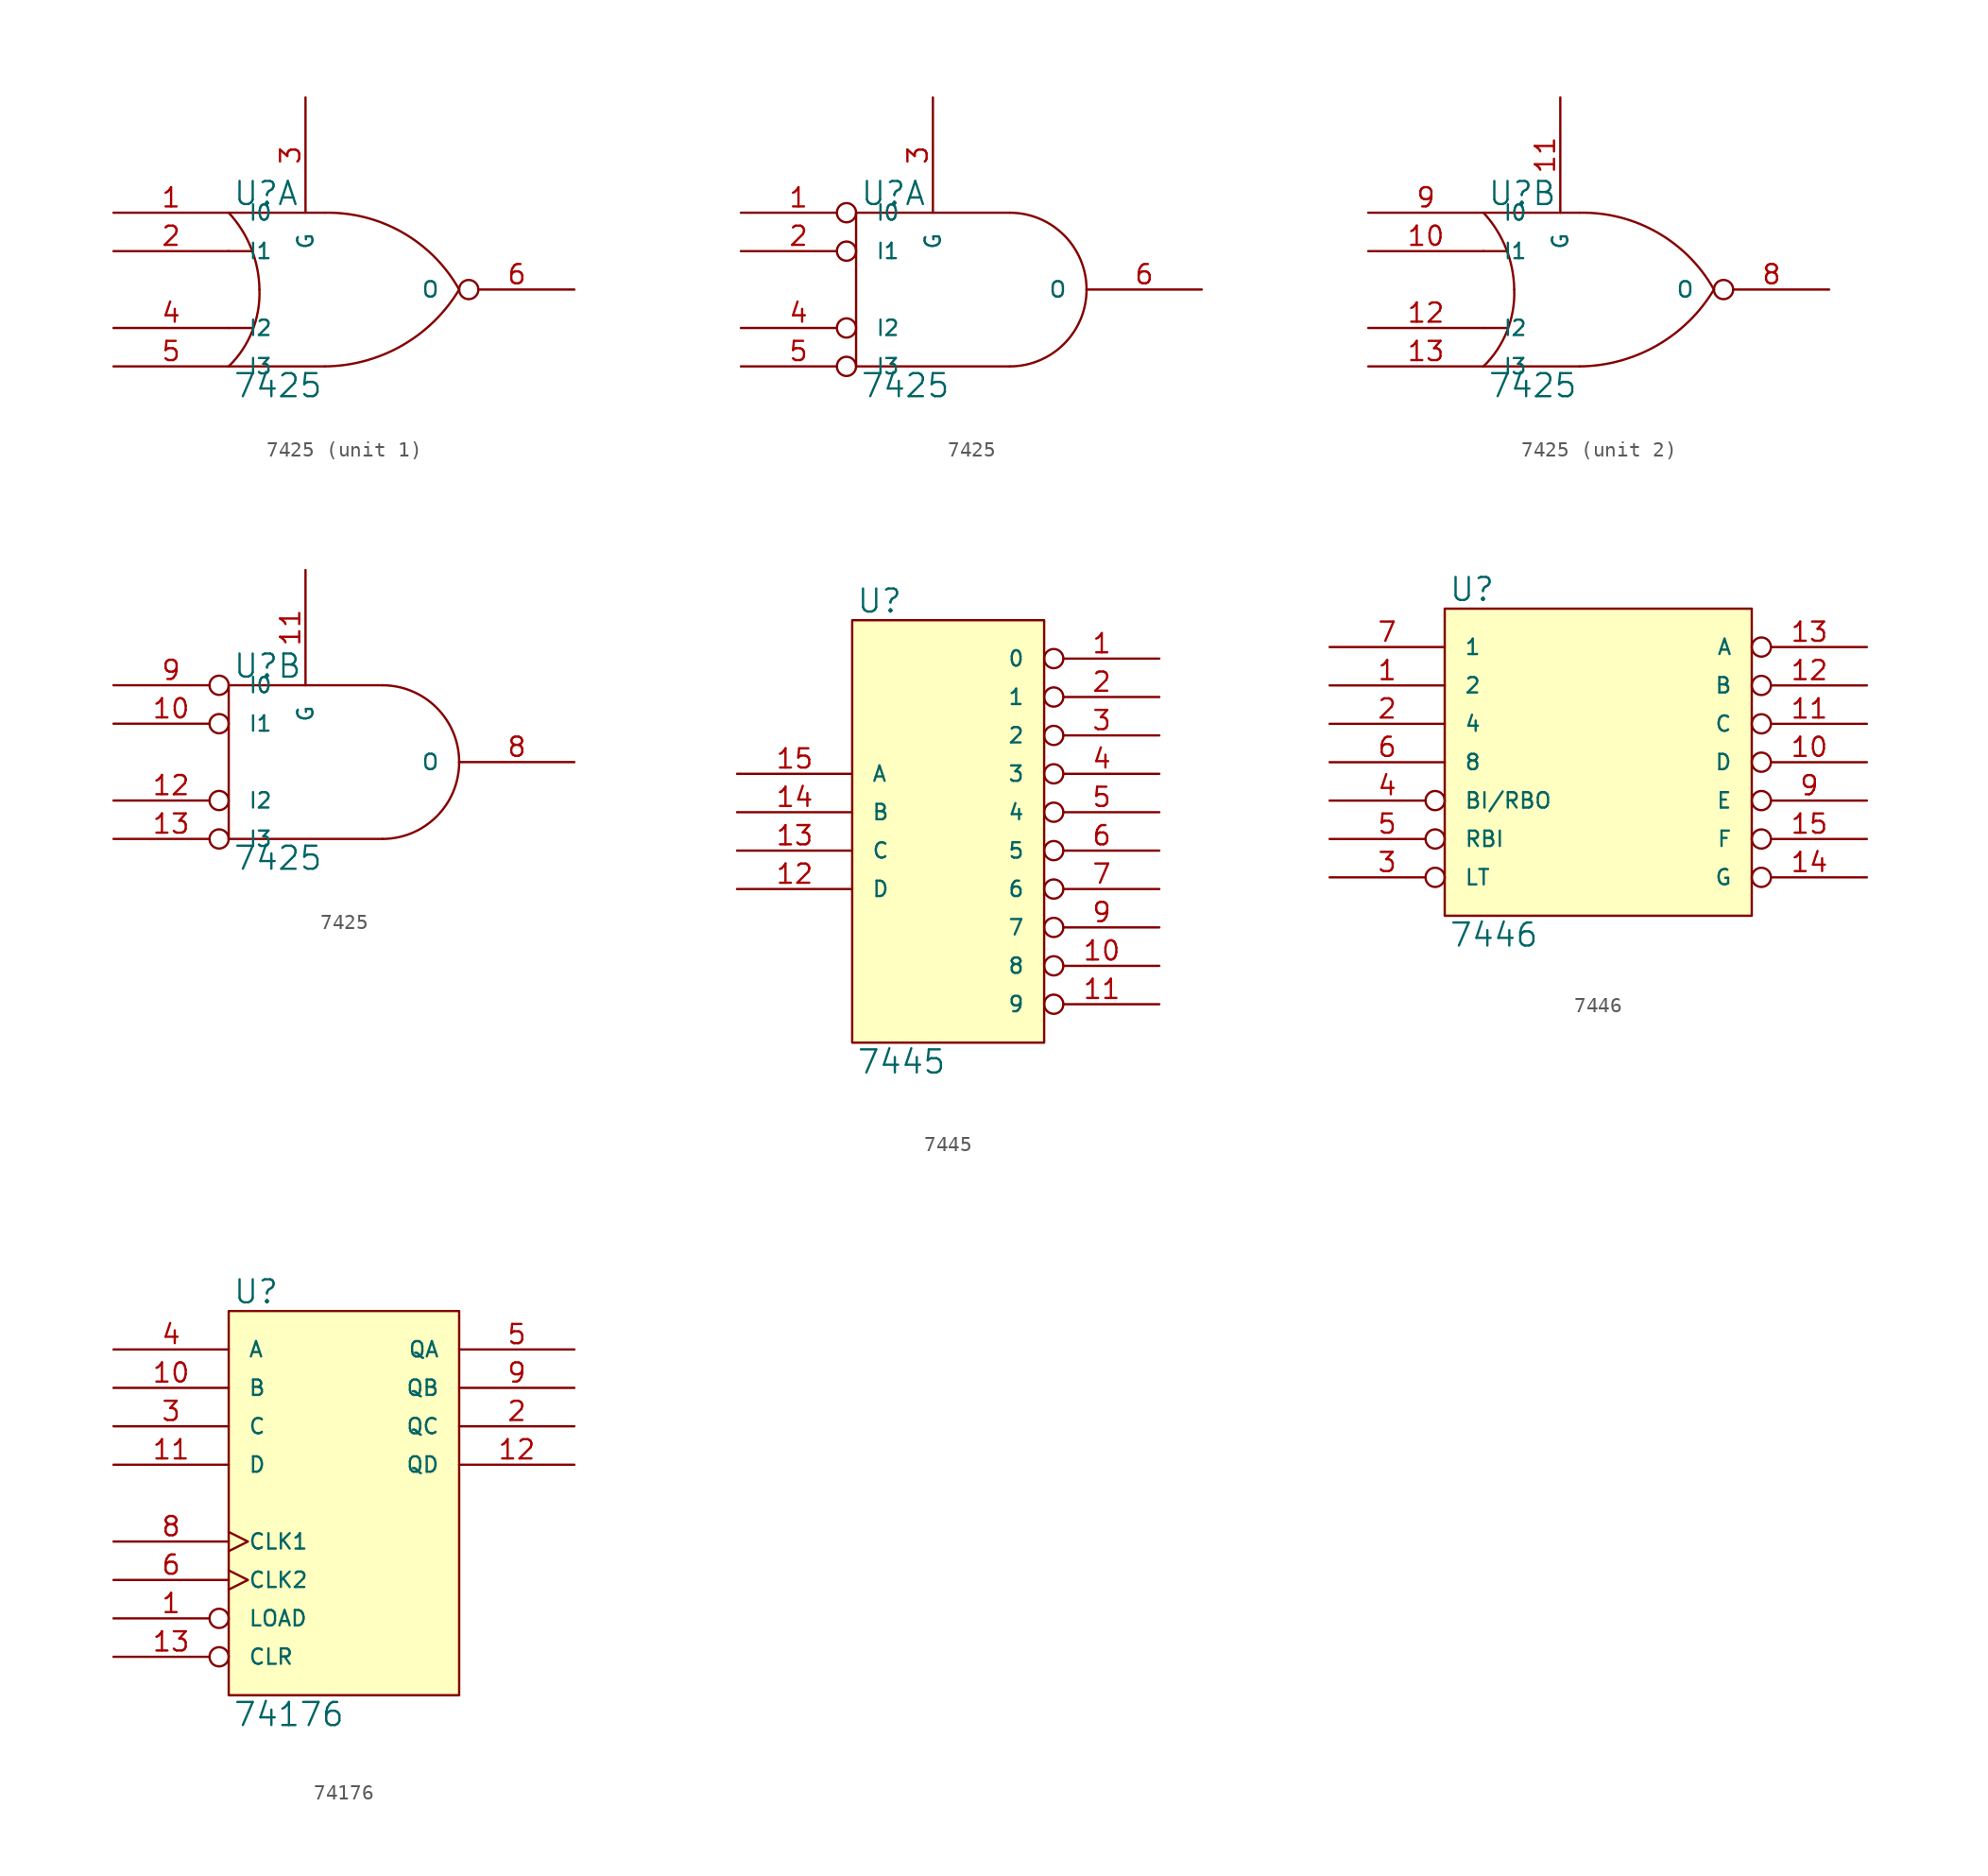
<source format=kicad_sym>
(kicad_symbol_lib
  (version 20231120)
  (generator "kicad_symbol_editor")
  (generator_version "8.0")
  (symbol "7425"
    (pin_names
      (offset 1.27))
    (property "Reference" "U"
      (at 0.254 0.381 0)
      (effects (font (size 1.524 1.524)) (justify left bottom)))
    (property "Value" "7425"
      (at 0.254 -10.541 0)
      (effects (font (size 1.524 1.524)) (justify left top)))
    (symbol "7425_0_1"
      (arc (start 0 -10.16) (mid 1.5573 -7.8293) (end 2.032 -5.08) (stroke (width 0) (type solid)) (fill (type none)))
      (polyline (pts (xy 0 -7.62) (xy 1.524 -7.62)) (stroke (width 0) (type solid)) (fill (type none)))
      (polyline (pts (xy 0 -2.54) (xy 1.524 -2.54)) (stroke (width 0) (type solid)) (fill (type none)))
      (polyline (pts (xy 6.35 -10.16) (xy 0 -10.16)) (stroke (width 0) (type solid)) (fill (type none)))
      (polyline (pts (xy 6.35 0) (xy 0 0)) (stroke (width 0) (type solid)) (fill (type none)))
      (arc (start 2.032 -5.08) (mid 1.4906 -2.3584) (end 0 0) (stroke (width 0) (type solid)) (fill (type none)))
      (arc (start 6.35 -10.16) (mid 11.4496 -8.7875) (end 15.24 -5.08) (stroke (width 0) (type solid)) (fill (type none)))
      (arc (start 15.24 -5.08) (mid 11.4893 -1.3041) (end 6.35 0) (stroke (width 0) (type solid)) (fill (type none))))
    (symbol "7425_0_2"
      (polyline (pts (xy 0 -10.16) (xy 10.16 -10.16)) (stroke (width 0) (type solid)) (fill (type none)))
      (polyline (pts (xy 0 0) (xy 0 -10.16)) (stroke (width 0) (type solid)) (fill (type none)))
      (polyline (pts (xy 10.16 0) (xy 0 0)) (stroke (width 0) (type solid)) (fill (type none)))
      (arc (start 10.16 -10.16) (mid 13.7521 -8.6721) (end 15.24 -5.08) (stroke (width 0) (type solid)) (fill (type none)))
      (arc (start 15.24 -5.08) (mid 13.7521 -1.4879) (end 10.16 0) (stroke (width 0) (type solid)) (fill (type none))))
    (symbol "7425_1_1"
      (pin input line (at -7.62 0 0) (length 7.62) (name "I0" (effects (font (size 1.016 1.016)))) (number "1" (effects (font (size 1.27 1.27)))))
      (pin power_in line (at 0 0 270) (length 0) hide (name "VCC" (effects (font (size 1.016 1.016)))) (number "14" (effects (font (size 1.27 1.27)))))
      (pin input line (at -7.62 -2.54 0) (length 7.62) (name "I1" (effects (font (size 1.016 1.016)))) (number "2" (effects (font (size 1.27 1.27)))))
      (pin input line (at 5.08 7.62 270) (length 7.62) (name "G" (effects (font (size 1.016 1.016)))) (number "3" (effects (font (size 1.27 1.27)))))
      (pin input line (at -7.62 -7.62 0) (length 7.62) (name "I2" (effects (font (size 1.016 1.016)))) (number "4" (effects (font (size 1.27 1.27)))))
      (pin input line (at -7.62 -10.16 0) (length 7.62) (name "I3" (effects (font (size 1.016 1.016)))) (number "5" (effects (font (size 1.27 1.27)))))
      (pin output inverted (at 22.86 -5.08 180) (length 7.62) (name "O" (effects (font (size 1.016 1.016)))) (number "6" (effects (font (size 1.27 1.27)))))
      (pin power_in line (at 0 -10.16 90) (length 0) hide (name "GND" (effects (font (size 1.016 1.016)))) (number "7" (effects (font (size 1.27 1.27))))))
    (symbol "7425_1_2"
      (pin input inverted (at -7.62 0 0) (length 7.62) (name "I0" (effects (font (size 1.016 1.016)))) (number "1" (effects (font (size 1.27 1.27)))))
      (pin power_in line (at 0 0 270) (length 0) hide (name "VCC" (effects (font (size 1.016 1.016)))) (number "14" (effects (font (size 1.27 1.27)))))
      (pin input inverted (at -7.62 -2.54 0) (length 7.62) (name "I1" (effects (font (size 1.016 1.016)))) (number "2" (effects (font (size 1.27 1.27)))))
      (pin input line (at 5.08 7.62 270) (length 7.62) (name "G" (effects (font (size 1.016 1.016)))) (number "3" (effects (font (size 1.27 1.27)))))
      (pin input inverted (at -7.62 -7.62 0) (length 7.62) (name "I2" (effects (font (size 1.016 1.016)))) (number "4" (effects (font (size 1.27 1.27)))))
      (pin input inverted (at -7.62 -10.16 0) (length 7.62) (name "I3" (effects (font (size 1.016 1.016)))) (number "5" (effects (font (size 1.27 1.27)))))
      (pin output line (at 22.86 -5.08 180) (length 7.62) (name "O" (effects (font (size 1.016 1.016)))) (number "6" (effects (font (size 1.27 1.27)))))
      (pin power_in line (at 0 -10.16 90) (length 0) hide (name "GND" (effects (font (size 1.016 1.016)))) (number "7" (effects (font (size 1.27 1.27))))))
    (symbol "7425_2_1"
      (pin input line (at -7.62 -2.54 0) (length 7.62) (name "I1" (effects (font (size 1.016 1.016)))) (number "10" (effects (font (size 1.27 1.27)))))
      (pin input line (at 5.08 7.62 270) (length 7.62) (name "G" (effects (font (size 1.016 1.016)))) (number "11" (effects (font (size 1.27 1.27)))))
      (pin input line (at -7.62 -7.62 0) (length 7.62) (name "I2" (effects (font (size 1.016 1.016)))) (number "12" (effects (font (size 1.27 1.27)))))
      (pin input line (at -7.62 -10.16 0) (length 7.62) (name "I3" (effects (font (size 1.016 1.016)))) (number "13" (effects (font (size 1.27 1.27)))))
      (pin power_in line (at 0 0 270) (length 0) hide (name "VCC" (effects (font (size 1.016 1.016)))) (number "14" (effects (font (size 1.27 1.27)))))
      (pin power_in line (at 0 -10.16 90) (length 0) hide (name "GND" (effects (font (size 1.016 1.016)))) (number "7" (effects (font (size 1.27 1.27)))))
      (pin output inverted (at 22.86 -5.08 180) (length 7.62) (name "O" (effects (font (size 1.016 1.016)))) (number "8" (effects (font (size 1.27 1.27)))))
      (pin input line (at -7.62 0 0) (length 7.62) (name "I0" (effects (font (size 1.016 1.016)))) (number "9" (effects (font (size 1.27 1.27))))))
    (symbol "7425_2_2"
      (pin input inverted (at -7.62 -2.54 0) (length 7.62) (name "I1" (effects (font (size 1.016 1.016)))) (number "10" (effects (font (size 1.27 1.27)))))
      (pin input line (at 5.08 7.62 270) (length 7.62) (name "G" (effects (font (size 1.016 1.016)))) (number "11" (effects (font (size 1.27 1.27)))))
      (pin input inverted (at -7.62 -7.62 0) (length 7.62) (name "I2" (effects (font (size 1.016 1.016)))) (number "12" (effects (font (size 1.27 1.27)))))
      (pin input inverted (at -7.62 -10.16 0) (length 7.62) (name "I3" (effects (font (size 1.016 1.016)))) (number "13" (effects (font (size 1.27 1.27)))))
      (pin power_in line (at 0 0 270) (length 0) hide (name "VCC" (effects (font (size 1.016 1.016)))) (number "14" (effects (font (size 1.27 1.27)))))
      (pin power_in line (at 0 -10.16 90) (length 0) hide (name "GND" (effects (font (size 1.016 1.016)))) (number "7" (effects (font (size 1.27 1.27)))))
      (pin output line (at 22.86 -5.08 180) (length 7.62) (name "O" (effects (font (size 1.016 1.016)))) (number "8" (effects (font (size 1.27 1.27)))))
      (pin input inverted (at -7.62 0 0) (length 7.62) (name "I0" (effects (font (size 1.016 1.016)))) (number "9" (effects (font (size 1.27 1.27)))))))
  (symbol "7445"
    (pin_names
      (offset 1.27))
    (property "Reference" "U"
      (at 0.254 0.381 0)
      (effects (font (size 1.524 1.524)) (justify left bottom)))
    (property "Value" "7445"
      (at 0.254 -28.321 0)
      (effects (font (size 1.524 1.524)) (justify left top)))
    (symbol "7445_0_1"
      (rectangle (start 0 0) (end 12.7 -27.94) (stroke (width 0) (type solid)) (fill (type background))))
    (symbol "7445_1_1"
      (pin open_collector inverted (at 20.32 -2.54 180) (length 7.62) (name "0" (effects (font (size 1.016 1.016)))) (number "1" (effects (font (size 1.27 1.27)))))
      (pin open_collector inverted (at 20.32 -22.86 180) (length 7.62) (name "8" (effects (font (size 1.016 1.016)))) (number "10" (effects (font (size 1.27 1.27)))))
      (pin open_collector inverted (at 20.32 -25.4 180) (length 7.62) (name "9" (effects (font (size 1.016 1.016)))) (number "11" (effects (font (size 1.27 1.27)))))
      (pin input line (at -7.62 -17.78 0) (length 7.62) (name "D" (effects (font (size 1.016 1.016)))) (number "12" (effects (font (size 1.27 1.27)))))
      (pin input line (at -7.62 -15.24 0) (length 7.62) (name "C" (effects (font (size 1.016 1.016)))) (number "13" (effects (font (size 1.27 1.27)))))
      (pin input line (at -7.62 -12.7 0) (length 7.62) (name "B" (effects (font (size 1.016 1.016)))) (number "14" (effects (font (size 1.27 1.27)))))
      (pin input line (at -7.62 -10.16 0) (length 7.62) (name "A" (effects (font (size 1.016 1.016)))) (number "15" (effects (font (size 1.27 1.27)))))
      (pin power_in line (at 0 0 270) (length 0) hide (name "VCC" (effects (font (size 1.016 1.016)))) (number "16" (effects (font (size 1.27 1.27)))))
      (pin open_collector inverted (at 20.32 -5.08 180) (length 7.62) (name "1" (effects (font (size 1.016 1.016)))) (number "2" (effects (font (size 1.27 1.27)))))
      (pin open_collector inverted (at 20.32 -7.62 180) (length 7.62) (name "2" (effects (font (size 1.016 1.016)))) (number "3" (effects (font (size 1.27 1.27)))))
      (pin open_collector inverted (at 20.32 -10.16 180) (length 7.62) (name "3" (effects (font (size 1.016 1.016)))) (number "4" (effects (font (size 1.27 1.27)))))
      (pin open_collector inverted (at 20.32 -12.7 180) (length 7.62) (name "4" (effects (font (size 1.016 1.016)))) (number "5" (effects (font (size 1.27 1.27)))))
      (pin open_collector inverted (at 20.32 -15.24 180) (length 7.62) (name "5" (effects (font (size 1.016 1.016)))) (number "6" (effects (font (size 1.27 1.27)))))
      (pin open_collector inverted (at 20.32 -17.78 180) (length 7.62) (name "6" (effects (font (size 1.016 1.016)))) (number "7" (effects (font (size 1.27 1.27)))))
      (pin power_in line (at 0 -27.94 90) (length 0) hide (name "GND" (effects (font (size 1.016 1.016)))) (number "8" (effects (font (size 1.27 1.27)))))
      (pin open_collector inverted (at 20.32 -20.32 180) (length 7.62) (name "7" (effects (font (size 1.016 1.016)))) (number "9" (effects (font (size 1.27 1.27)))))))
  (symbol "7446"
    (pin_names
      (offset 1.27))
    (property "Reference" "U"
      (at 0.254 0.381 0)
      (effects (font (size 1.524 1.524)) (justify left bottom)))
    (property "Value" "7446"
      (at 0.254 -20.701 0)
      (effects (font (size 1.524 1.524)) (justify left top)))
    (symbol "7446_0_1"
      (rectangle (start 0 0) (end 20.32 -20.32) (stroke (width 0) (type solid)) (fill (type background))))
    (symbol "7446_1_1"
      (pin input line (at -7.62 -5.08 0) (length 7.62) (name "2" (effects (font (size 1.016 1.016)))) (number "1" (effects (font (size 1.27 1.27)))))
      (pin open_collector inverted (at 27.94 -10.16 180) (length 7.62) (name "D" (effects (font (size 1.016 1.016)))) (number "10" (effects (font (size 1.27 1.27)))))
      (pin open_collector inverted (at 27.94 -7.62 180) (length 7.62) (name "C" (effects (font (size 1.016 1.016)))) (number "11" (effects (font (size 1.27 1.27)))))
      (pin open_collector inverted (at 27.94 -5.08 180) (length 7.62) (name "B" (effects (font (size 1.016 1.016)))) (number "12" (effects (font (size 1.27 1.27)))))
      (pin open_collector inverted (at 27.94 -2.54 180) (length 7.62) (name "A" (effects (font (size 1.016 1.016)))) (number "13" (effects (font (size 1.27 1.27)))))
      (pin open_collector inverted (at 27.94 -17.78 180) (length 7.62) (name "G" (effects (font (size 1.016 1.016)))) (number "14" (effects (font (size 1.27 1.27)))))
      (pin open_collector inverted (at 27.94 -15.24 180) (length 7.62) (name "F" (effects (font (size 1.016 1.016)))) (number "15" (effects (font (size 1.27 1.27)))))
      (pin power_in line (at 0 0 270) (length 0) hide (name "VCC" (effects (font (size 1.016 1.016)))) (number "16" (effects (font (size 1.27 1.27)))))
      (pin input line (at -7.62 -7.62 0) (length 7.62) (name "4" (effects (font (size 1.016 1.016)))) (number "2" (effects (font (size 1.27 1.27)))))
      (pin input inverted (at -7.62 -17.78 0) (length 7.62) (name "LT" (effects (font (size 1.016 1.016)))) (number "3" (effects (font (size 1.27 1.27)))))
      (pin input inverted (at -7.62 -12.7 0) (length 7.62) (name "BI/RBO" (effects (font (size 1.016 1.016)))) (number "4" (effects (font (size 1.27 1.27)))))
      (pin input inverted (at -7.62 -15.24 0) (length 7.62) (name "RBI" (effects (font (size 1.016 1.016)))) (number "5" (effects (font (size 1.27 1.27)))))
      (pin input line (at -7.62 -10.16 0) (length 7.62) (name "8" (effects (font (size 1.016 1.016)))) (number "6" (effects (font (size 1.27 1.27)))))
      (pin input line (at -7.62 -2.54 0) (length 7.62) (name "1" (effects (font (size 1.016 1.016)))) (number "7" (effects (font (size 1.27 1.27)))))
      (pin power_in line (at 0 -20.32 90) (length 0) hide (name "GND" (effects (font (size 1.016 1.016)))) (number "8" (effects (font (size 1.27 1.27)))))
      (pin open_collector inverted (at 27.94 -12.7 180) (length 7.62) (name "E" (effects (font (size 1.016 1.016)))) (number "9" (effects (font (size 1.27 1.27)))))))
  (symbol "74176"
    (pin_names
      (offset 1.27))
    (property "Reference" "U"
      (at 0.254 0.381 0)
      (effects (font (size 1.524 1.524)) (justify left bottom)))
    (property "Value" "74176"
      (at 0.254 -25.781 0)
      (effects (font (size 1.524 1.524)) (justify left top)))
    (symbol "74176_0_1"
      (rectangle (start 0 0) (end 15.24 -25.4) (stroke (width 0) (type solid)) (fill (type background))))
    (symbol "74176_1_1"
      (pin input inverted (at -7.62 -20.32 0) (length 7.62) (name "LOAD" (effects (font (size 1.016 1.016)))) (number "1" (effects (font (size 1.27 1.27)))))
      (pin input line (at -7.62 -5.08 0) (length 7.62) (name "B" (effects (font (size 1.016 1.016)))) (number "10" (effects (font (size 1.27 1.27)))))
      (pin input line (at -7.62 -10.16 0) (length 7.62) (name "D" (effects (font (size 1.016 1.016)))) (number "11" (effects (font (size 1.27 1.27)))))
      (pin output line (at 22.86 -10.16 180) (length 7.62) (name "QD" (effects (font (size 1.016 1.016)))) (number "12" (effects (font (size 1.27 1.27)))))
      (pin input inverted (at -7.62 -22.86 0) (length 7.62) (name "CLR" (effects (font (size 1.016 1.016)))) (number "13" (effects (font (size 1.27 1.27)))))
      (pin power_in line (at 0 0 270) (length 0) hide (name "VCC" (effects (font (size 1.016 1.016)))) (number "14" (effects (font (size 1.27 1.27)))))
      (pin output line (at 22.86 -7.62 180) (length 7.62) (name "QC" (effects (font (size 1.016 1.016)))) (number "2" (effects (font (size 1.27 1.27)))))
      (pin input line (at -7.62 -7.62 0) (length 7.62) (name "C" (effects (font (size 1.016 1.016)))) (number "3" (effects (font (size 1.27 1.27)))))
      (pin input line (at -7.62 -2.54 0) (length 7.62) (name "A" (effects (font (size 1.016 1.016)))) (number "4" (effects (font (size 1.27 1.27)))))
      (pin output line (at 22.86 -2.54 180) (length 7.62) (name "QA" (effects (font (size 1.016 1.016)))) (number "5" (effects (font (size 1.27 1.27)))))
      (pin input clock (at -7.62 -17.78 0) (length 7.62) (name "CLK2" (effects (font (size 1.016 1.016)))) (number "6" (effects (font (size 1.27 1.27)))))
      (pin power_in line (at 0 -25.4 90) (length 0) hide (name "GND" (effects (font (size 1.016 1.016)))) (number "7" (effects (font (size 1.27 1.27)))))
      (pin input clock (at -7.62 -15.24 0) (length 7.62) (name "CLK1" (effects (font (size 1.016 1.016)))) (number "8" (effects (font (size 1.27 1.27)))))
      (pin output line (at 22.86 -5.08 180) (length 7.62) (name "QB" (effects (font (size 1.016 1.016)))) (number "9" (effects (font (size 1.27 1.27))))))))
</source>
